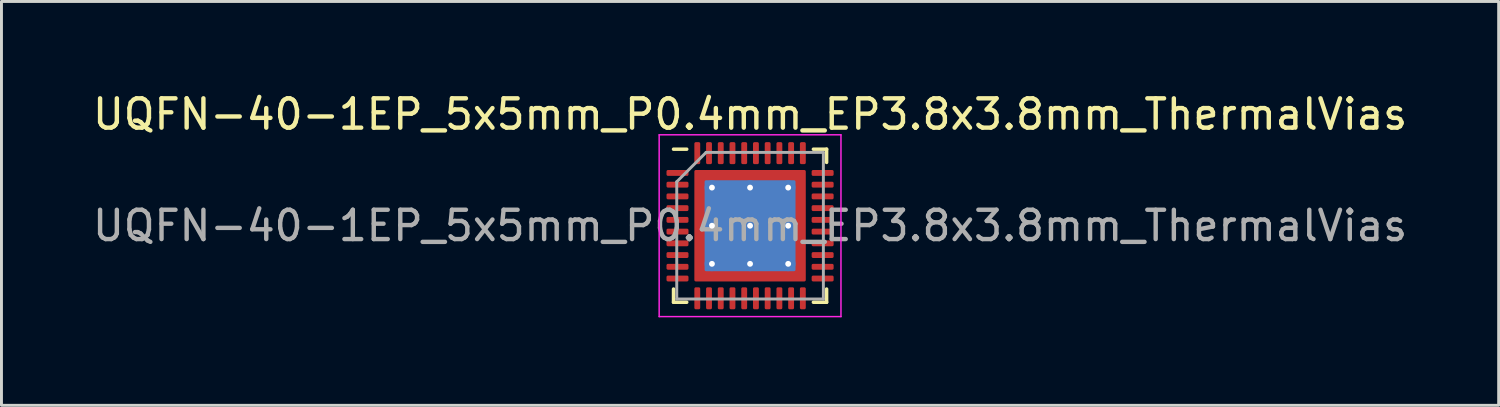
<source format=kicad_pcb>
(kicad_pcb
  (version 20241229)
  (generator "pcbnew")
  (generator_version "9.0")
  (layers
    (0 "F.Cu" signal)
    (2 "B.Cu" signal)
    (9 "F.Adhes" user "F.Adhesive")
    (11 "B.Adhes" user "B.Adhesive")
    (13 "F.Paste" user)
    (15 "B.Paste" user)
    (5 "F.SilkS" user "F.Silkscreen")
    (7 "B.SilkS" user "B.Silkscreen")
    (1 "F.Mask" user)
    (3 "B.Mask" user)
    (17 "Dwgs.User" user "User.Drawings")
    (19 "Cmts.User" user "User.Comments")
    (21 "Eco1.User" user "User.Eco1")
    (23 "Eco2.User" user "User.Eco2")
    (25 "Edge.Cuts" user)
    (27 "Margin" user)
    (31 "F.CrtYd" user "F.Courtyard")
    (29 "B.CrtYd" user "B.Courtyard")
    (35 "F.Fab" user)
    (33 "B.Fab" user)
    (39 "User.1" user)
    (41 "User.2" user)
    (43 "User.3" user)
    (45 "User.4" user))
  (footprint "UQFN-40-1EP_5x5mm_P0.4mm_EP3.8x3.8mm_ThermalVias"
    (layer "F.Cu")
    (at 22.53 4.648)
    (property "Reference" "UQFN-40-1EP_5x5mm_P0.4mm_EP3.8x3.8mm_ThermalVias" (at 0 -3.8 0) (layer "F.SilkS") (effects (font (size 1 1) (thickness 0.15))))
    (attr smd)
    (fp_line (start -2.61 2.61) (end -2.61 2.16) (stroke (width 0.12) (type solid)) (layer "F.SilkS"))
    (fp_line (start -2.16 -2.61) (end -2.61 -2.61) (stroke (width 0.12) (type solid)) (layer "F.SilkS"))
    (fp_line (start -2.16 2.61) (end -2.61 2.61) (stroke (width 0.12) (type solid)) (layer "F.SilkS"))
    (fp_line (start 2.16 -2.61) (end 2.61 -2.61) (stroke (width 0.12) (type solid)) (layer "F.SilkS"))
    (fp_line (start 2.16 2.61) (end 2.61 2.61) (stroke (width 0.12) (type solid)) (layer "F.SilkS"))
    (fp_line (start 2.61 -2.61) (end 2.61 -2.16) (stroke (width 0.12) (type solid)) (layer "F.SilkS"))
    (fp_line (start 2.61 2.61) (end 2.61 2.16) (stroke (width 0.12) (type solid)) (layer "F.SilkS"))
    (fp_line (start -3.1 -3.1) (end -3.1 3.1) (stroke (width 0.05) (type solid)) (layer "F.CrtYd"))
    (fp_line (start -3.1 3.1) (end 3.1 3.1) (stroke (width 0.05) (type solid)) (layer "F.CrtYd"))
    (fp_line (start 3.1 -3.1) (end -3.1 -3.1) (stroke (width 0.05) (type solid)) (layer "F.CrtYd"))
    (fp_line (start 3.1 3.1) (end 3.1 -3.1) (stroke (width 0.05) (type solid)) (layer "F.CrtYd"))
    (fp_line (start -2.5 -1.5) (end -1.5 -2.5) (stroke (width 0.1) (type solid)) (layer "F.Fab"))
    (fp_line (start -2.5 2.5) (end -2.5 -1.5) (stroke (width 0.1) (type solid)) (layer "F.Fab"))
    (fp_line (start -1.5 -2.5) (end 2.5 -2.5) (stroke (width 0.1) (type solid)) (layer "F.Fab"))
    (fp_line (start 2.5 -2.5) (end 2.5 2.5) (stroke (width 0.1) (type solid)) (layer "F.Fab"))
    (fp_line (start 2.5 2.5) (end -2.5 2.5) (stroke (width 0.1) (type solid)) (layer "F.Fab"))
    (fp_text user "${REFERENCE}" (at 0 0 0) (layer "F.Fab") (effects (font (size 1 1) (thickness 0.15))))
    (pad "" smd custom (at -1.6 -1.6) (size 0.366 0.366) (layers "F.Paste") (options (anchor circle)) (primitives (gr_poly (pts (xy -0.124 -0.124) (xy 0.124 -0.124) (xy 0.124 0.026) (xy 0.026 0.124) (xy -0.124 0.124)) (width 0.236) (fill yes))))
    (pad "" smd custom (at -1.6 -0.65) (size 0.414 0.414) (layers "F.Paste") (options (anchor circle)) (primitives (gr_poly (pts (xy -0.172 -0.454) (xy 0.114 -0.454) (xy 0.172 -0.396) (xy 0.172 0.396) (xy 0.114 0.454) (xy -0.172 0.454)) (width 0.14) (fill yes))))
    (pad "" smd custom (at -1.6 0.65) (size 0.414 0.414) (layers "F.Paste") (options (anchor circle)) (primitives (gr_poly (pts (xy -0.172 -0.454) (xy 0.114 -0.454) (xy 0.172 -0.396) (xy 0.172 0.396) (xy 0.114 0.454) (xy -0.172 0.454)) (width 0.14) (fill yes))))
    (pad "" smd custom (at -1.6 1.6) (size 0.366 0.366) (layers "F.Paste") (options (anchor circle)) (primitives (gr_poly (pts (xy -0.124 -0.124) (xy 0.026 -0.124) (xy 0.124 -0.026) (xy 0.124 0.124) (xy -0.124 0.124)) (width 0.236) (fill yes))))
    (pad "" smd custom (at -0.65 -1.6) (size 0.414 0.414) (layers "F.Paste") (options (anchor circle)) (primitives (gr_poly (pts (xy -0.454 -0.172) (xy 0.454 -0.172) (xy 0.454 0.114) (xy 0.396 0.172) (xy -0.396 0.172) (xy -0.454 0.114)) (width 0.14) (fill yes))))
    (pad "" smd roundrect (at -0.65 -0.65) (size 1.048 1.048) (layers "F.Paste") (roundrect_rratio 0.239))
    (pad "" smd roundrect (at -0.65 0.65) (size 1.048 1.048) (layers "F.Paste") (roundrect_rratio 0.239))
    (pad "" smd custom (at -0.65 1.6) (size 0.414 0.414) (layers "F.Paste") (options (anchor circle)) (primitives (gr_poly (pts (xy -0.454 -0.114) (xy -0.396 -0.172) (xy 0.396 -0.172) (xy 0.454 -0.114) (xy 0.454 0.172) (xy -0.454 0.172)) (width 0.14) (fill yes))))
    (pad "" smd custom (at 0.65 -1.6) (size 0.414 0.414) (layers "F.Paste") (options (anchor circle)) (primitives (gr_poly (pts (xy -0.454 -0.172) (xy 0.454 -0.172) (xy 0.454 0.114) (xy 0.396 0.172) (xy -0.396 0.172) (xy -0.454 0.114)) (width 0.14) (fill yes))))
    (pad "" smd roundrect (at 0.65 -0.65) (size 1.048 1.048) (layers "F.Paste") (roundrect_rratio 0.239))
    (pad "" smd roundrect (at 0.65 0.65) (size 1.048 1.048) (layers "F.Paste") (roundrect_rratio 0.239))
    (pad "" smd custom (at 0.65 1.6) (size 0.414 0.414) (layers "F.Paste") (options (anchor circle)) (primitives (gr_poly (pts (xy -0.454 -0.114) (xy -0.396 -0.172) (xy 0.396 -0.172) (xy 0.454 -0.114) (xy 0.454 0.172) (xy -0.454 0.172)) (width 0.14) (fill yes))))
    (pad "" smd custom (at 1.6 -1.6) (size 0.366 0.366) (layers "F.Paste") (options (anchor circle)) (primitives (gr_poly (pts (xy -0.124 -0.124) (xy 0.124 -0.124) (xy 0.124 0.124) (xy -0.026 0.124) (xy -0.124 0.026)) (width 0.236) (fill yes))))
    (pad "" smd custom (at 1.6 -0.65) (size 0.414 0.414) (layers "F.Paste") (options (anchor circle)) (primitives (gr_poly (pts (xy -0.172 -0.396) (xy -0.114 -0.454) (xy 0.172 -0.454) (xy 0.172 0.454) (xy -0.114 0.454) (xy -0.172 0.396)) (width 0.14) (fill yes))))
    (pad "" smd custom (at 1.6 0.65) (size 0.414 0.414) (layers "F.Paste") (options (anchor circle)) (primitives (gr_poly (pts (xy -0.172 -0.396) (xy -0.114 -0.454) (xy 0.172 -0.454) (xy 0.172 0.454) (xy -0.114 0.454) (xy -0.172 0.396)) (width 0.14) (fill yes))))
    (pad "" smd custom (at 1.6 1.6) (size 0.366 0.366) (layers "F.Paste") (options (anchor circle)) (primitives (gr_poly (pts (xy -0.124 -0.026) (xy -0.026 -0.124) (xy 0.124 -0.124) (xy 0.124 0.124) (xy -0.124 0.124)) (width 0.236) (fill yes))))
    (pad "1" smd roundrect (at -2.475 -1.8) (size 0.75 0.2) (layers "F.Cu" "F.Mask" "F.Paste") (roundrect_rratio 0.25))
    (pad "2" smd roundrect (at -2.475 -1.4) (size 0.75 0.2) (layers "F.Cu" "F.Mask" "F.Paste") (roundrect_rratio 0.25))
    (pad "3" smd roundrect (at -2.475 -1) (size 0.75 0.2) (layers "F.Cu" "F.Mask" "F.Paste") (roundrect_rratio 0.25))
    (pad "4" smd roundrect (at -2.475 -0.6) (size 0.75 0.2) (layers "F.Cu" "F.Mask" "F.Paste") (roundrect_rratio 0.25))
    (pad "5" smd roundrect (at -2.475 -0.2) (size 0.75 0.2) (layers "F.Cu" "F.Mask" "F.Paste") (roundrect_rratio 0.25))
    (pad "6" smd roundrect (at -2.475 0.2) (size 0.75 0.2) (layers "F.Cu" "F.Mask" "F.Paste") (roundrect_rratio 0.25))
    (pad "7" smd roundrect (at -2.475 0.6) (size 0.75 0.2) (layers "F.Cu" "F.Mask" "F.Paste") (roundrect_rratio 0.25))
    (pad "8" smd roundrect (at -2.475 1) (size 0.75 0.2) (layers "F.Cu" "F.Mask" "F.Paste") (roundrect_rratio 0.25))
    (pad "9" smd roundrect (at -2.475 1.4) (size 0.75 0.2) (layers "F.Cu" "F.Mask" "F.Paste") (roundrect_rratio 0.25))
    (pad "10" smd roundrect (at -2.475 1.8) (size 0.75 0.2) (layers "F.Cu" "F.Mask" "F.Paste") (roundrect_rratio 0.25))
    (pad "11" smd roundrect (at -1.8 2.475) (size 0.2 0.75) (layers "F.Cu" "F.Mask" "F.Paste") (roundrect_rratio 0.25))
    (pad "12" smd roundrect (at -1.4 2.475) (size 0.2 0.75) (layers "F.Cu" "F.Mask" "F.Paste") (roundrect_rratio 0.25))
    (pad "13" smd roundrect (at -1 2.475) (size 0.2 0.75) (layers "F.Cu" "F.Mask" "F.Paste") (roundrect_rratio 0.25))
    (pad "14" smd roundrect (at -0.6 2.475) (size 0.2 0.75) (layers "F.Cu" "F.Mask" "F.Paste") (roundrect_rratio 0.25))
    (pad "15" smd roundrect (at -0.2 2.475) (size 0.2 0.75) (layers "F.Cu" "F.Mask" "F.Paste") (roundrect_rratio 0.25))
    (pad "16" smd roundrect (at 0.2 2.475) (size 0.2 0.75) (layers "F.Cu" "F.Mask" "F.Paste") (roundrect_rratio 0.25))
    (pad "17" smd roundrect (at 0.6 2.475) (size 0.2 0.75) (layers "F.Cu" "F.Mask" "F.Paste") (roundrect_rratio 0.25))
    (pad "18" smd roundrect (at 1 2.475) (size 0.2 0.75) (layers "F.Cu" "F.Mask" "F.Paste") (roundrect_rratio 0.25))
    (pad "19" smd roundrect (at 1.4 2.475) (size 0.2 0.75) (layers "F.Cu" "F.Mask" "F.Paste") (roundrect_rratio 0.25))
    (pad "20" smd roundrect (at 1.8 2.475) (size 0.2 0.75) (layers "F.Cu" "F.Mask" "F.Paste") (roundrect_rratio 0.25))
    (pad "21" smd roundrect (at 2.475 1.8) (size 0.75 0.2) (layers "F.Cu" "F.Mask" "F.Paste") (roundrect_rratio 0.25))
    (pad "22" smd roundrect (at 2.475 1.4) (size 0.75 0.2) (layers "F.Cu" "F.Mask" "F.Paste") (roundrect_rratio 0.25))
    (pad "23" smd roundrect (at 2.475 1) (size 0.75 0.2) (layers "F.Cu" "F.Mask" "F.Paste") (roundrect_rratio 0.25))
    (pad "24" smd roundrect (at 2.475 0.6) (size 0.75 0.2) (layers "F.Cu" "F.Mask" "F.Paste") (roundrect_rratio 0.25))
    (pad "25" smd roundrect (at 2.475 0.2) (size 0.75 0.2) (layers "F.Cu" "F.Mask" "F.Paste") (roundrect_rratio 0.25))
    (pad "26" smd roundrect (at 2.475 -0.2) (size 0.75 0.2) (layers "F.Cu" "F.Mask" "F.Paste") (roundrect_rratio 0.25))
    (pad "27" smd roundrect (at 2.475 -0.6) (size 0.75 0.2) (layers "F.Cu" "F.Mask" "F.Paste") (roundrect_rratio 0.25))
    (pad "28" smd roundrect (at 2.475 -1) (size 0.75 0.2) (layers "F.Cu" "F.Mask" "F.Paste") (roundrect_rratio 0.25))
    (pad "29" smd roundrect (at 2.475 -1.4) (size 0.75 0.2) (layers "F.Cu" "F.Mask" "F.Paste") (roundrect_rratio 0.25))
    (pad "30" smd roundrect (at 2.475 -1.8) (size 0.75 0.2) (layers "F.Cu" "F.Mask" "F.Paste") (roundrect_rratio 0.25))
    (pad "31" smd roundrect (at 1.8 -2.475) (size 0.2 0.75) (layers "F.Cu" "F.Mask" "F.Paste") (roundrect_rratio 0.25))
    (pad "32" smd roundrect (at 1.4 -2.475) (size 0.2 0.75) (layers "F.Cu" "F.Mask" "F.Paste") (roundrect_rratio 0.25))
    (pad "33" smd roundrect (at 1 -2.475) (size 0.2 0.75) (layers "F.Cu" "F.Mask" "F.Paste") (roundrect_rratio 0.25))
    (pad "34" smd roundrect (at 0.6 -2.475) (size 0.2 0.75) (layers "F.Cu" "F.Mask" "F.Paste") (roundrect_rratio 0.25))
    (pad "35" smd roundrect (at 0.2 -2.475) (size 0.2 0.75) (layers "F.Cu" "F.Mask" "F.Paste") (roundrect_rratio 0.25))
    (pad "36" smd roundrect (at -0.2 -2.475) (size 0.2 0.75) (layers "F.Cu" "F.Mask" "F.Paste") (roundrect_rratio 0.25))
    (pad "37" smd roundrect (at -0.6 -2.475) (size 0.2 0.75) (layers "F.Cu" "F.Mask" "F.Paste") (roundrect_rratio 0.25))
    (pad "38" smd roundrect (at -1 -2.475) (size 0.2 0.75) (layers "F.Cu" "F.Mask" "F.Paste") (roundrect_rratio 0.25))
    (pad "39" smd roundrect (at -1.4 -2.475) (size 0.2 0.75) (layers "F.Cu" "F.Mask" "F.Paste") (roundrect_rratio 0.25))
    (pad "40" smd roundrect (at -1.8 -2.475) (size 0.2 0.75) (layers "F.Cu" "F.Mask" "F.Paste") (roundrect_rratio 0.25))
    (pad "41" thru_hole circle (at -1.3 -1.3) (size 0.5 0.5) (drill 0.2) (layers "*.Cu"))
    (pad "41" thru_hole circle (at -1.3 0) (size 0.5 0.5) (drill 0.2) (layers "*.Cu"))
    (pad "41" thru_hole circle (at -1.3 1.3) (size 0.5 0.5) (drill 0.2) (layers "*.Cu"))
    (pad "41" thru_hole circle (at 0 -1.3) (size 0.5 0.5) (drill 0.2) (layers "*.Cu"))
    (pad "41" thru_hole circle (at 0 0) (size 0.5 0.5) (drill 0.2) (layers "*.Cu"))
    (pad "41" smd roundrect (at 0 0) (size 3.1 3.1) (layers "B.Cu") (roundrect_rratio 0.016))
    (pad "41" smd roundrect (at 0 0) (size 3.8 3.8) (layers "F.Cu" "F.Mask") (roundrect_rratio 0.013))
    (pad "41" thru_hole circle (at 0 1.3) (size 0.5 0.5) (drill 0.2) (layers "*.Cu"))
    (pad "41" thru_hole circle (at 1.3 -1.3) (size 0.5 0.5) (drill 0.2) (layers "*.Cu"))
    (pad "41" thru_hole circle (at 1.3 0) (size 0.5 0.5) (drill 0.2) (layers "*.Cu"))
    (pad "41" thru_hole circle (at 1.3 1.3) (size 0.5 0.5) (drill 0.2) (layers "*.Cu")))
  (gr_rect
    (start -3 -3)
    (end 48.06 10.773)
    (stroke (width 0.1) (type default))
    (fill no)
    (layer "Edge.Cuts")))
</source>
